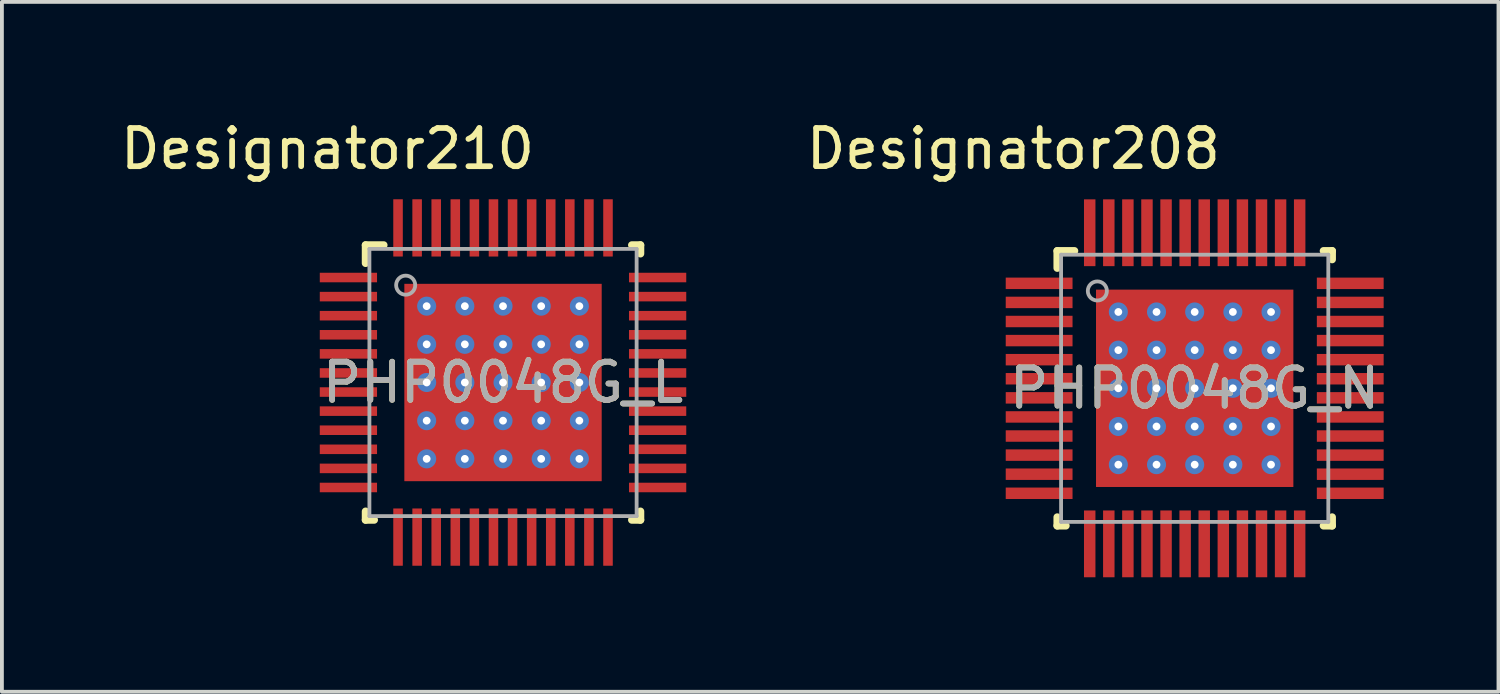
<source format=kicad_pcb>
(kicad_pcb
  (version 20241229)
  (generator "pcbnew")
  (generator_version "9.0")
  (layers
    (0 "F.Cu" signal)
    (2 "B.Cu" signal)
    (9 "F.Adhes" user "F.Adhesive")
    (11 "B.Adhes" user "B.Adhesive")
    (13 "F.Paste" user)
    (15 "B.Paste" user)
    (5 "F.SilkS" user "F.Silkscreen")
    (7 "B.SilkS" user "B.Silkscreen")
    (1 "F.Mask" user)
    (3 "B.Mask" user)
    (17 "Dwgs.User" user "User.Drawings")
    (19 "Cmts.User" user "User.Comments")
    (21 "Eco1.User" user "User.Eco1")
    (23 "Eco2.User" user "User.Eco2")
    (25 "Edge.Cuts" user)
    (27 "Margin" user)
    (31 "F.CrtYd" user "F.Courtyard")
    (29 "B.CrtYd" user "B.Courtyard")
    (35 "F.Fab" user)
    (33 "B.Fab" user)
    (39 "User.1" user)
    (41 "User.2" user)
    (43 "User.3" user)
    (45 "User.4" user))
  (footprint "PHP0048G_N"
    (layer "F.Cu")
    (at 28.246 7.122)
    (property "Reference" "PHP0048G_N" (at 0 0 0) (unlocked yes) (layer "F.SilkS") (effects (font (size 1 1) (thickness 0.15))))
    (attr smd)
    (fp_line (start -3.6 -3.6) (end -3.15 -3.6) (stroke (width 0.2) (type solid)) (layer "F.SilkS"))
    (fp_line (start -3.6 -3.15) (end -3.6 -3.6) (stroke (width 0.2) (type solid)) (layer "F.SilkS"))
    (fp_line (start -3.6 3.6) (end -3.6 3.375) (stroke (width 0.2) (type solid)) (layer "F.SilkS"))
    (fp_line (start -3.6 3.6) (end -3.375 3.6) (stroke (width 0.2) (type solid)) (layer "F.SilkS"))
    (fp_line (start 3.375 -3.6) (end 3.6 -3.6) (stroke (width 0.2) (type solid)) (layer "F.SilkS"))
    (fp_line (start 3.375 3.6) (end 3.6 3.6) (stroke (width 0.2) (type solid)) (layer "F.SilkS"))
    (fp_line (start 3.6 -3.375) (end 3.6 -3.6) (stroke (width 0.2) (type solid)) (layer "F.SilkS"))
    (fp_line (start 3.6 3.6) (end 3.6 3.375) (stroke (width 0.2) (type solid)) (layer "F.SilkS"))
    (fp_line (start -3.5 -3.5) (end 3.5 -3.5) (stroke (width 0.1) (type solid)) (layer "F.Fab"))
    (fp_line (start -3.5 3.5) (end -3.5 -3.5) (stroke (width 0.1) (type solid)) (layer "F.Fab"))
    (fp_line (start -3.5 3.5) (end 3.5 3.5) (stroke (width 0.1) (type solid)) (layer "F.Fab"))
    (fp_line (start 3.5 3.5) (end 3.5 -3.5) (stroke (width 0.1) (type solid)) (layer "F.Fab"))
    (fp_circle (center -2.55 -2.55) (end -2.3 -2.55) (stroke (width 0.1) (type solid)) (fill no) (layer "F.Fab"))
    (fp_text user "Designator208" (at -4.75 -6.274 0) (unlocked yes) (layer "F.SilkS") (effects (font (size 1 1) (thickness 0.15))))
    (fp_text user "${REFERENCE}" (at 0 0 0) (unlocked yes) (layer "F.Fab") (effects (font (size 1 1) (thickness 0.15))))
    (pad "1" smd rect (at -4.075 -2.75 90) (size 0.3 1.75) (layers "F.Cu" "F.Mask" "F.Paste"))
    (pad "2" smd rect (at -4.075 -2.25 90) (size 0.3 1.75) (layers "F.Cu" "F.Mask" "F.Paste"))
    (pad "3" smd rect (at -4.075 -1.75 90) (size 0.3 1.75) (layers "F.Cu" "F.Mask" "F.Paste"))
    (pad "4" smd rect (at -4.075 -1.25 90) (size 0.3 1.75) (layers "F.Cu" "F.Mask" "F.Paste"))
    (pad "5" smd rect (at -4.075 -0.75 90) (size 0.3 1.75) (layers "F.Cu" "F.Mask" "F.Paste"))
    (pad "6" smd rect (at -4.075 -0.25 90) (size 0.3 1.75) (layers "F.Cu" "F.Mask" "F.Paste"))
    (pad "7" smd rect (at -4.075 0.25 90) (size 0.3 1.75) (layers "F.Cu" "F.Mask" "F.Paste"))
    (pad "8" smd rect (at -4.075 0.75 90) (size 0.3 1.75) (layers "F.Cu" "F.Mask" "F.Paste"))
    (pad "9" smd rect (at -4.075 1.25 90) (size 0.3 1.75) (layers "F.Cu" "F.Mask" "F.Paste"))
    (pad "10" smd rect (at -4.075 1.75 90) (size 0.3 1.75) (layers "F.Cu" "F.Mask" "F.Paste"))
    (pad "11" smd rect (at -4.075 2.25 90) (size 0.3 1.75) (layers "F.Cu" "F.Mask" "F.Paste"))
    (pad "12" smd rect (at -4.075 2.75 90) (size 0.3 1.75) (layers "F.Cu" "F.Mask" "F.Paste"))
    (pad "13" smd rect (at -2.75 4.075) (size 0.3 1.75) (layers "F.Cu" "F.Mask" "F.Paste"))
    (pad "14" smd rect (at -2.25 4.075) (size 0.3 1.75) (layers "F.Cu" "F.Mask" "F.Paste"))
    (pad "15" smd rect (at -1.75 4.075) (size 0.3 1.75) (layers "F.Cu" "F.Mask" "F.Paste"))
    (pad "16" smd rect (at -1.25 4.075) (size 0.3 1.75) (layers "F.Cu" "F.Mask" "F.Paste"))
    (pad "17" smd rect (at -0.75 4.075) (size 0.3 1.75) (layers "F.Cu" "F.Mask" "F.Paste"))
    (pad "18" smd rect (at -0.25 4.075) (size 0.3 1.75) (layers "F.Cu" "F.Mask" "F.Paste"))
    (pad "19" smd rect (at 0.25 4.075) (size 0.3 1.75) (layers "F.Cu" "F.Mask" "F.Paste"))
    (pad "20" smd rect (at 0.75 4.075) (size 0.3 1.75) (layers "F.Cu" "F.Mask" "F.Paste"))
    (pad "21" smd rect (at 1.25 4.075) (size 0.3 1.75) (layers "F.Cu" "F.Mask" "F.Paste"))
    (pad "22" smd rect (at 1.75 4.075) (size 0.3 1.75) (layers "F.Cu" "F.Mask" "F.Paste"))
    (pad "23" smd rect (at 2.25 4.075) (size 0.3 1.75) (layers "F.Cu" "F.Mask" "F.Paste"))
    (pad "24" smd rect (at 2.75 4.075) (size 0.3 1.75) (layers "F.Cu" "F.Mask" "F.Paste"))
    (pad "25" smd rect (at 4.075 2.75 90) (size 0.3 1.75) (layers "F.Cu" "F.Mask" "F.Paste"))
    (pad "26" smd rect (at 4.075 2.25 90) (size 0.3 1.75) (layers "F.Cu" "F.Mask" "F.Paste"))
    (pad "27" smd rect (at 4.075 1.75 90) (size 0.3 1.75) (layers "F.Cu" "F.Mask" "F.Paste"))
    (pad "28" smd rect (at 4.075 1.25 90) (size 0.3 1.75) (layers "F.Cu" "F.Mask" "F.Paste"))
    (pad "29" smd rect (at 4.075 0.75 90) (size 0.3 1.75) (layers "F.Cu" "F.Mask" "F.Paste"))
    (pad "30" smd rect (at 4.075 0.25 90) (size 0.3 1.75) (layers "F.Cu" "F.Mask" "F.Paste"))
    (pad "31" smd rect (at 4.075 -0.25 90) (size 0.3 1.75) (layers "F.Cu" "F.Mask" "F.Paste"))
    (pad "32" smd rect (at 4.075 -0.75 90) (size 0.3 1.75) (layers "F.Cu" "F.Mask" "F.Paste"))
    (pad "33" smd rect (at 4.075 -1.25 90) (size 0.3 1.75) (layers "F.Cu" "F.Mask" "F.Paste"))
    (pad "34" smd rect (at 4.075 -1.75 90) (size 0.3 1.75) (layers "F.Cu" "F.Mask" "F.Paste"))
    (pad "35" smd rect (at 4.075 -2.25 90) (size 0.3 1.75) (layers "F.Cu" "F.Mask" "F.Paste"))
    (pad "36" smd rect (at 4.075 -2.75 90) (size 0.3 1.75) (layers "F.Cu" "F.Mask" "F.Paste"))
    (pad "37" smd rect (at 2.75 -4.075) (size 0.3 1.75) (layers "F.Cu" "F.Mask" "F.Paste"))
    (pad "38" smd rect (at 2.25 -4.075) (size 0.3 1.75) (layers "F.Cu" "F.Mask" "F.Paste"))
    (pad "39" smd rect (at 1.75 -4.075) (size 0.3 1.75) (layers "F.Cu" "F.Mask" "F.Paste"))
    (pad "40" smd rect (at 1.25 -4.075) (size 0.3 1.75) (layers "F.Cu" "F.Mask" "F.Paste"))
    (pad "41" smd rect (at 0.75 -4.075) (size 0.3 1.75) (layers "F.Cu" "F.Mask" "F.Paste"))
    (pad "42" smd rect (at 0.25 -4.075) (size 0.3 1.75) (layers "F.Cu" "F.Mask" "F.Paste"))
    (pad "43" smd rect (at -0.25 -4.075) (size 0.3 1.75) (layers "F.Cu" "F.Mask" "F.Paste"))
    (pad "44" smd rect (at -0.75 -4.075) (size 0.3 1.75) (layers "F.Cu" "F.Mask" "F.Paste"))
    (pad "45" smd rect (at -1.25 -4.075) (size 0.3 1.75) (layers "F.Cu" "F.Mask" "F.Paste"))
    (pad "46" smd rect (at -1.75 -4.075) (size 0.3 1.75) (layers "F.Cu" "F.Mask" "F.Paste"))
    (pad "47" smd rect (at -2.25 -4.075) (size 0.3 1.75) (layers "F.Cu" "F.Mask" "F.Paste"))
    (pad "48" smd rect (at -2.75 -4.075) (size 0.3 1.75) (layers "F.Cu" "F.Mask" "F.Paste"))
    (pad "49" smd rect (at 0 0) (size 5.17 5.17) (layers "F.Cu" "F.Mask" "F.Paste"))
    (pad "V" thru_hole circle (at -2 -2) (size 0.5 0.5) (drill 0.203) (layers "*.Cu" "*.Mask"))
    (pad "V" thru_hole circle (at -2 -1) (size 0.5 0.5) (drill 0.203) (layers "*.Cu" "*.Mask"))
    (pad "V" thru_hole circle (at -2 0.000003) (size 0.5 0.5) (drill 0.203) (layers "*.Cu" "*.Mask"))
    (pad "V" thru_hole circle (at -2 1) (size 0.5 0.5) (drill 0.203) (layers "*.Cu" "*.Mask"))
    (pad "V" thru_hole circle (at -2 2) (size 0.5 0.5) (drill 0.203) (layers "*.Cu" "*.Mask"))
    (pad "V" thru_hole circle (at -1 -2) (size 0.5 0.5) (drill 0.203) (layers "*.Cu" "*.Mask"))
    (pad "V" thru_hole circle (at -1 -1) (size 0.5 0.5) (drill 0.203) (layers "*.Cu" "*.Mask"))
    (pad "V" thru_hole circle (at -1 0.000003) (size 0.5 0.5) (drill 0.203) (layers "*.Cu" "*.Mask"))
    (pad "V" thru_hole circle (at -1 1) (size 0.5 0.5) (drill 0.203) (layers "*.Cu" "*.Mask"))
    (pad "V" thru_hole circle (at -1 2) (size 0.5 0.5) (drill 0.203) (layers "*.Cu" "*.Mask"))
    (pad "V" thru_hole circle (at 0 -2) (size 0.5 0.5) (drill 0.203) (layers "*.Cu" "*.Mask"))
    (pad "V" thru_hole circle (at 0 -1) (size 0.5 0.5) (drill 0.203) (layers "*.Cu" "*.Mask"))
    (pad "V" thru_hole circle (at 0 0.000003) (size 0.5 0.5) (drill 0.203) (layers "*.Cu" "*.Mask"))
    (pad "V" thru_hole circle (at 0 1) (size 0.5 0.5) (drill 0.203) (layers "*.Cu" "*.Mask"))
    (pad "V" thru_hole circle (at 0 2) (size 0.5 0.5) (drill 0.203) (layers "*.Cu" "*.Mask"))
    (pad "V" thru_hole circle (at 1 -2) (size 0.5 0.5) (drill 0.203) (layers "*.Cu" "*.Mask"))
    (pad "V" thru_hole circle (at 1 -1) (size 0.5 0.5) (drill 0.203) (layers "*.Cu" "*.Mask"))
    (pad "V" thru_hole circle (at 1 0.000003) (size 0.5 0.5) (drill 0.203) (layers "*.Cu" "*.Mask"))
    (pad "V" thru_hole circle (at 1 1) (size 0.5 0.5) (drill 0.203) (layers "*.Cu" "*.Mask"))
    (pad "V" thru_hole circle (at 1 2) (size 0.5 0.5) (drill 0.203) (layers "*.Cu" "*.Mask"))
    (pad "V" thru_hole circle (at 2 -2) (size 0.5 0.5) (drill 0.203) (layers "*.Cu" "*.Mask"))
    (pad "V" thru_hole circle (at 2 -1) (size 0.5 0.5) (drill 0.203) (layers "*.Cu" "*.Mask"))
    (pad "V" thru_hole circle (at 2 0.000003) (size 0.5 0.5) (drill 0.203) (layers "*.Cu" "*.Mask"))
    (pad "V" thru_hole circle (at 2 1) (size 0.5 0.5) (drill 0.203) (layers "*.Cu" "*.Mask"))
    (pad "V" thru_hole circle (at 2 2) (size 0.5 0.5) (drill 0.203) (layers "*.Cu" "*.Mask")))
  (footprint "PHP0048G_L"
    (layer "F.Cu")
    (at 10.127 6.97)
    (property "Reference" "PHP0048G_L" (at 0 0 0) (unlocked yes) (layer "F.SilkS") (effects (font (size 1 1) (thickness 0.15))))
    (attr smd)
    (fp_line (start -3.6 -3.6) (end -3.125 -3.6) (stroke (width 0.2) (type solid)) (layer "F.SilkS"))
    (fp_line (start -3.6 -3.125) (end -3.6 -3.6) (stroke (width 0.2) (type solid)) (layer "F.SilkS"))
    (fp_line (start -3.6 3.6) (end -3.6 3.375) (stroke (width 0.2) (type solid)) (layer "F.SilkS"))
    (fp_line (start -3.6 3.6) (end -3.375 3.6) (stroke (width 0.2) (type solid)) (layer "F.SilkS"))
    (fp_line (start 3.375 -3.6) (end 3.6 -3.6) (stroke (width 0.2) (type solid)) (layer "F.SilkS"))
    (fp_line (start 3.375 3.6) (end 3.6 3.6) (stroke (width 0.2) (type solid)) (layer "F.SilkS"))
    (fp_line (start 3.6 -3.375) (end 3.6 -3.6) (stroke (width 0.2) (type solid)) (layer "F.SilkS"))
    (fp_line (start 3.6 3.6) (end 3.6 3.375) (stroke (width 0.2) (type solid)) (layer "F.SilkS"))
    (fp_line (start -3.5 -3.5) (end 3.5 -3.5) (stroke (width 0.1) (type solid)) (layer "F.Fab"))
    (fp_line (start -3.5 3.5) (end -3.5 -3.5) (stroke (width 0.1) (type solid)) (layer "F.Fab"))
    (fp_line (start -3.5 3.5) (end 3.5 3.5) (stroke (width 0.1) (type solid)) (layer "F.Fab"))
    (fp_line (start 3.5 3.5) (end 3.5 -3.5) (stroke (width 0.1) (type solid)) (layer "F.Fab"))
    (fp_circle (center -2.55 -2.55) (end -2.3 -2.55) (stroke (width 0.1) (type solid)) (fill no) (layer "F.Fab"))
    (fp_text user "Designator210" (at -4.597 -6.121 0) (unlocked yes) (layer "F.SilkS") (effects (font (size 1 1) (thickness 0.15))))
    (fp_text user "${REFERENCE}" (at 0 0 0) (unlocked yes) (layer "F.Fab") (effects (font (size 1 1) (thickness 0.15))))
    (pad "1" smd rect (at -4.05 -2.75 90) (size 0.25 1.5) (layers "F.Cu" "F.Mask" "F.Paste"))
    (pad "2" smd rect (at -4.05 -2.25 90) (size 0.25 1.5) (layers "F.Cu" "F.Mask" "F.Paste"))
    (pad "3" smd rect (at -4.05 -1.75 90) (size 0.25 1.5) (layers "F.Cu" "F.Mask" "F.Paste"))
    (pad "4" smd rect (at -4.05 -1.25 90) (size 0.25 1.5) (layers "F.Cu" "F.Mask" "F.Paste"))
    (pad "5" smd rect (at -4.05 -0.75 90) (size 0.25 1.5) (layers "F.Cu" "F.Mask" "F.Paste"))
    (pad "6" smd rect (at -4.05 -0.25 90) (size 0.25 1.5) (layers "F.Cu" "F.Mask" "F.Paste"))
    (pad "7" smd rect (at -4.05 0.25 90) (size 0.25 1.5) (layers "F.Cu" "F.Mask" "F.Paste"))
    (pad "8" smd rect (at -4.05 0.75 90) (size 0.25 1.5) (layers "F.Cu" "F.Mask" "F.Paste"))
    (pad "9" smd rect (at -4.05 1.25 90) (size 0.25 1.5) (layers "F.Cu" "F.Mask" "F.Paste"))
    (pad "10" smd rect (at -4.05 1.75 90) (size 0.25 1.5) (layers "F.Cu" "F.Mask" "F.Paste"))
    (pad "11" smd rect (at -4.05 2.25 90) (size 0.25 1.5) (layers "F.Cu" "F.Mask" "F.Paste"))
    (pad "12" smd rect (at -4.05 2.75 90) (size 0.25 1.5) (layers "F.Cu" "F.Mask" "F.Paste"))
    (pad "13" smd rect (at -2.75 4.05) (size 0.25 1.5) (layers "F.Cu" "F.Mask" "F.Paste"))
    (pad "14" smd rect (at -2.25 4.05) (size 0.25 1.5) (layers "F.Cu" "F.Mask" "F.Paste"))
    (pad "15" smd rect (at -1.75 4.05) (size 0.25 1.5) (layers "F.Cu" "F.Mask" "F.Paste"))
    (pad "16" smd rect (at -1.25 4.05) (size 0.25 1.5) (layers "F.Cu" "F.Mask" "F.Paste"))
    (pad "17" smd rect (at -0.75 4.05) (size 0.25 1.5) (layers "F.Cu" "F.Mask" "F.Paste"))
    (pad "18" smd rect (at -0.25 4.05) (size 0.25 1.5) (layers "F.Cu" "F.Mask" "F.Paste"))
    (pad "19" smd rect (at 0.25 4.05) (size 0.25 1.5) (layers "F.Cu" "F.Mask" "F.Paste"))
    (pad "20" smd rect (at 0.75 4.05) (size 0.25 1.5) (layers "F.Cu" "F.Mask" "F.Paste"))
    (pad "21" smd rect (at 1.25 4.05) (size 0.25 1.5) (layers "F.Cu" "F.Mask" "F.Paste"))
    (pad "22" smd rect (at 1.75 4.05) (size 0.25 1.5) (layers "F.Cu" "F.Mask" "F.Paste"))
    (pad "23" smd rect (at 2.25 4.05) (size 0.25 1.5) (layers "F.Cu" "F.Mask" "F.Paste"))
    (pad "24" smd rect (at 2.75 4.05) (size 0.25 1.5) (layers "F.Cu" "F.Mask" "F.Paste"))
    (pad "25" smd rect (at 4.05 2.75 90) (size 0.25 1.5) (layers "F.Cu" "F.Mask" "F.Paste"))
    (pad "26" smd rect (at 4.05 2.25 90) (size 0.25 1.5) (layers "F.Cu" "F.Mask" "F.Paste"))
    (pad "27" smd rect (at 4.05 1.75 90) (size 0.25 1.5) (layers "F.Cu" "F.Mask" "F.Paste"))
    (pad "28" smd rect (at 4.05 1.25 90) (size 0.25 1.5) (layers "F.Cu" "F.Mask" "F.Paste"))
    (pad "29" smd rect (at 4.05 0.75 90) (size 0.25 1.5) (layers "F.Cu" "F.Mask" "F.Paste"))
    (pad "30" smd rect (at 4.05 0.25 90) (size 0.25 1.5) (layers "F.Cu" "F.Mask" "F.Paste"))
    (pad "31" smd rect (at 4.05 -0.25 90) (size 0.25 1.5) (layers "F.Cu" "F.Mask" "F.Paste"))
    (pad "32" smd rect (at 4.05 -0.75 90) (size 0.25 1.5) (layers "F.Cu" "F.Mask" "F.Paste"))
    (pad "33" smd rect (at 4.05 -1.25 90) (size 0.25 1.5) (layers "F.Cu" "F.Mask" "F.Paste"))
    (pad "34" smd rect (at 4.05 -1.75 90) (size 0.25 1.5) (layers "F.Cu" "F.Mask" "F.Paste"))
    (pad "35" smd rect (at 4.05 -2.25 90) (size 0.25 1.5) (layers "F.Cu" "F.Mask" "F.Paste"))
    (pad "36" smd rect (at 4.05 -2.75 90) (size 0.25 1.5) (layers "F.Cu" "F.Mask" "F.Paste"))
    (pad "37" smd rect (at 2.75 -4.05) (size 0.25 1.5) (layers "F.Cu" "F.Mask" "F.Paste"))
    (pad "38" smd rect (at 2.25 -4.05) (size 0.25 1.5) (layers "F.Cu" "F.Mask" "F.Paste"))
    (pad "39" smd rect (at 1.75 -4.05) (size 0.25 1.5) (layers "F.Cu" "F.Mask" "F.Paste"))
    (pad "40" smd rect (at 1.25 -4.05) (size 0.25 1.5) (layers "F.Cu" "F.Mask" "F.Paste"))
    (pad "41" smd rect (at 0.75 -4.05) (size 0.25 1.5) (layers "F.Cu" "F.Mask" "F.Paste"))
    (pad "42" smd rect (at 0.25 -4.05) (size 0.25 1.5) (layers "F.Cu" "F.Mask" "F.Paste"))
    (pad "43" smd rect (at -0.25 -4.05) (size 0.25 1.5) (layers "F.Cu" "F.Mask" "F.Paste"))
    (pad "44" smd rect (at -0.75 -4.05) (size 0.25 1.5) (layers "F.Cu" "F.Mask" "F.Paste"))
    (pad "45" smd rect (at -1.25 -4.05) (size 0.25 1.5) (layers "F.Cu" "F.Mask" "F.Paste"))
    (pad "46" smd rect (at -1.75 -4.05) (size 0.25 1.5) (layers "F.Cu" "F.Mask" "F.Paste"))
    (pad "47" smd rect (at -2.25 -4.05) (size 0.25 1.5) (layers "F.Cu" "F.Mask" "F.Paste"))
    (pad "48" smd rect (at -2.75 -4.05) (size 0.25 1.5) (layers "F.Cu" "F.Mask" "F.Paste"))
    (pad "49" smd rect (at 0 -0.000003) (size 5.17 5.17) (layers "F.Cu" "F.Mask" "F.Paste"))
    (pad "V" thru_hole circle (at -2 -2) (size 0.5 0.5) (drill 0.203) (layers "*.Cu" "*.Mask"))
    (pad "V" thru_hole circle (at -2 -1) (size 0.5 0.5) (drill 0.203) (layers "*.Cu" "*.Mask"))
    (pad "V" thru_hole circle (at -2 0) (size 0.5 0.5) (drill 0.203) (layers "*.Cu" "*.Mask"))
    (pad "V" thru_hole circle (at -2 1) (size 0.5 0.5) (drill 0.203) (layers "*.Cu" "*.Mask"))
    (pad "V" thru_hole circle (at -2 2) (size 0.5 0.5) (drill 0.203) (layers "*.Cu" "*.Mask"))
    (pad "V" thru_hole circle (at -1 -2) (size 0.5 0.5) (drill 0.203) (layers "*.Cu" "*.Mask"))
    (pad "V" thru_hole circle (at -1 -1) (size 0.5 0.5) (drill 0.203) (layers "*.Cu" "*.Mask"))
    (pad "V" thru_hole circle (at -1 0) (size 0.5 0.5) (drill 0.203) (layers "*.Cu" "*.Mask"))
    (pad "V" thru_hole circle (at -1 1) (size 0.5 0.5) (drill 0.203) (layers "*.Cu" "*.Mask"))
    (pad "V" thru_hole circle (at -1 2) (size 0.5 0.5) (drill 0.203) (layers "*.Cu" "*.Mask"))
    (pad "V" thru_hole circle (at 0 -2) (size 0.5 0.5) (drill 0.203) (layers "*.Cu" "*.Mask"))
    (pad "V" thru_hole circle (at 0 -1) (size 0.5 0.5) (drill 0.203) (layers "*.Cu" "*.Mask"))
    (pad "V" thru_hole circle (at 0 0) (size 0.5 0.5) (drill 0.203) (layers "*.Cu" "*.Mask"))
    (pad "V" thru_hole circle (at 0 1) (size 0.5 0.5) (drill 0.203) (layers "*.Cu" "*.Mask"))
    (pad "V" thru_hole circle (at 0 2) (size 0.5 0.5) (drill 0.203) (layers "*.Cu" "*.Mask"))
    (pad "V" thru_hole circle (at 1 -2) (size 0.5 0.5) (drill 0.203) (layers "*.Cu" "*.Mask"))
    (pad "V" thru_hole circle (at 1 -1) (size 0.5 0.5) (drill 0.203) (layers "*.Cu" "*.Mask"))
    (pad "V" thru_hole circle (at 1 0) (size 0.5 0.5) (drill 0.203) (layers "*.Cu" "*.Mask"))
    (pad "V" thru_hole circle (at 1 1) (size 0.5 0.5) (drill 0.203) (layers "*.Cu" "*.Mask"))
    (pad "V" thru_hole circle (at 1 2) (size 0.5 0.5) (drill 0.203) (layers "*.Cu" "*.Mask"))
    (pad "V" thru_hole circle (at 2 -2) (size 0.5 0.5) (drill 0.203) (layers "*.Cu" "*.Mask"))
    (pad "V" thru_hole circle (at 2 -1) (size 0.5 0.5) (drill 0.203) (layers "*.Cu" "*.Mask"))
    (pad "V" thru_hole circle (at 2 0) (size 0.5 0.5) (drill 0.203) (layers "*.Cu" "*.Mask"))
    (pad "V" thru_hole circle (at 2 1) (size 0.5 0.5) (drill 0.203) (layers "*.Cu" "*.Mask"))
    (pad "V" thru_hole circle (at 2 2) (size 0.5 0.5) (drill 0.203) (layers "*.Cu" "*.Mask")))
  (gr_rect
    (start -3 -3)
    (end 36.204 15.072)
    (stroke (width 0.1) (type default))
    (fill no)
    (layer "Edge.Cuts")))
</source>
